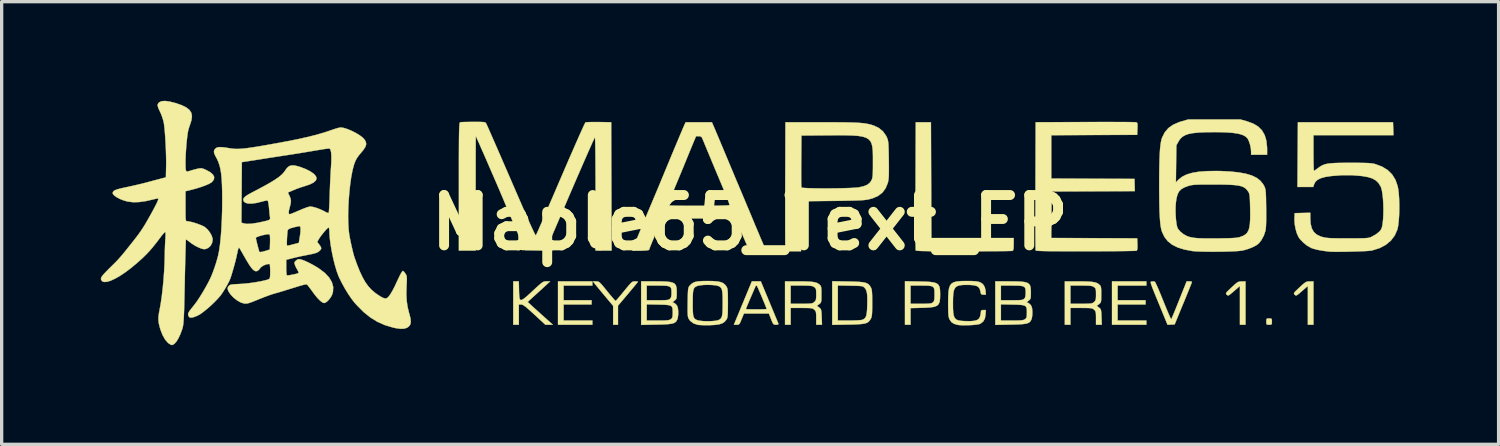
<source format=kicad_pcb>
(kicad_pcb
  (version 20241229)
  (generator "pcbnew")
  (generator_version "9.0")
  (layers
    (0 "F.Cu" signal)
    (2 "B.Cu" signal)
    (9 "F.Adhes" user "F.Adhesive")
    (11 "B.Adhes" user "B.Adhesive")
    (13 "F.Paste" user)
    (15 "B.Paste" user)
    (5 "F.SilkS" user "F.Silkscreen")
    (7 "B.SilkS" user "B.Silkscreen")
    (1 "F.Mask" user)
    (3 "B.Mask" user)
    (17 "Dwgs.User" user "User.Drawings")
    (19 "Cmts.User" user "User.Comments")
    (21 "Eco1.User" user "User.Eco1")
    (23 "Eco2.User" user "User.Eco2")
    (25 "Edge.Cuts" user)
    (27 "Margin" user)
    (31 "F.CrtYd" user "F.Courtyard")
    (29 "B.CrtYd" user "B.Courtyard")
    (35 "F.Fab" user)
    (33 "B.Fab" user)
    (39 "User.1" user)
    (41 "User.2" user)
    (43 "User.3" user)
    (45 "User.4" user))
  (footprint "Maple65_Text_FP"
    (layer "F.Cu")
    (at 19.641 3.686)
    (property "Reference" "Maple65_Text_FP" (at 0 0 0) (layer "F.SilkS") (effects (font (size 1.524 1.524) (thickness 0.3))))
    (attr through_hole)
    (fp_poly (pts (xy -4.766 1.905) (xy -5.636 1.905) (xy -5.636 2.349) (xy -4.79 2.349) (xy -4.79 2.477) (xy -5.636 2.477) (xy -5.636 2.963) (xy -4.766 2.963) (xy -4.766 3.09) (xy -5.806 3.09) (xy -5.806 1.778) (xy -4.766 1.778) (xy -4.766 1.905)) (stroke (width 0.01) (type solid)) (fill yes) (layer "F.SilkS"))
    (fp_poly (pts (xy 11.998 1.905) (xy 11.128 1.905) (xy 11.128 2.349) (xy 11.974 2.349) (xy 11.974 2.477) (xy 11.128 2.477) (xy 11.128 2.963) (xy 11.998 2.963) (xy 11.998 3.09) (xy 10.958 3.09) (xy 10.958 1.778) (xy 11.998 1.778) (xy 11.998 1.905)) (stroke (width 0.01) (type solid)) (fill yes) (layer "F.SilkS"))
    (fp_poly (pts (xy 15.764 2.902) (xy 15.788 2.916) (xy 15.796 2.953) (xy 15.796 2.995) (xy 15.795 3.054) (xy 15.782 3.081) (xy 15.749 3.09) (xy 15.712 3.09) (xy 15.66 3.088) (xy 15.635 3.075) (xy 15.628 3.037) (xy 15.627 2.995) (xy 15.629 2.937) (xy 15.641 2.909) (xy 15.674 2.9) (xy 15.712 2.9) (xy 15.764 2.902)) (stroke (width 0.01) (type solid)) (fill yes) (layer "F.SilkS"))
    (fp_poly (pts (xy 14.998 3.09) (xy 14.829 3.09) (xy 14.829 1.917) (xy 14.652 2.07) (xy 14.572 2.139) (xy 14.519 2.182) (xy 14.485 2.202) (xy 14.462 2.204) (xy 14.442 2.192) (xy 14.431 2.181) (xy 14.413 2.162) (xy 14.408 2.143) (xy 14.419 2.117) (xy 14.452 2.079) (xy 14.511 2.023) (xy 14.577 1.96) (xy 14.66 1.884) (xy 14.719 1.833) (xy 14.764 1.802) (xy 14.803 1.787) (xy 14.846 1.781) (xy 14.883 1.78) (xy 14.998 1.778) (xy 14.998 3.09)) (stroke (width 0.01) (type solid)) (fill yes) (layer "F.SilkS"))
    (fp_poly (pts (xy 17.054 3.09) (xy 16.885 3.09) (xy 16.885 1.917) (xy 16.708 2.07) (xy 16.629 2.139) (xy 16.575 2.182) (xy 16.541 2.202) (xy 16.518 2.204) (xy 16.498 2.192) (xy 16.487 2.181) (xy 16.469 2.162) (xy 16.464 2.143) (xy 16.475 2.117) (xy 16.508 2.079) (xy 16.567 2.023) (xy 16.633 1.96) (xy 16.716 1.884) (xy 16.776 1.833) (xy 16.82 1.802) (xy 16.859 1.787) (xy 16.902 1.781) (xy 16.939 1.78) (xy 17.054 1.778) (xy 17.054 3.09)) (stroke (width 0.01) (type solid)) (fill yes) (layer "F.SilkS"))
    (fp_poly (pts (xy -6.986 2.058) (xy -6.982 2.177) (xy -6.975 2.264) (xy -6.961 2.32) (xy -6.935 2.344) (xy -6.894 2.337) (xy -6.834 2.299) (xy -6.751 2.231) (xy -6.64 2.131) (xy -6.569 2.065) (xy -6.461 1.964) (xy -6.379 1.891) (xy -6.319 1.839) (xy -6.274 1.807) (xy -6.238 1.788) (xy -6.205 1.78) (xy -6.17 1.778) (xy -6.152 1.778) (xy -6.044 1.778) (xy -6.384 2.09) (xy -6.725 2.401) (xy -6.586 2.529) (xy -6.515 2.594) (xy -6.422 2.678) (xy -6.318 2.772) (xy -6.215 2.864) (xy -6.205 2.873) (xy -5.964 3.09) (xy -6.188 3.09) (xy -6.52 2.783) (xy -6.637 2.676) (xy -6.727 2.596) (xy -6.795 2.54) (xy -6.846 2.504) (xy -6.883 2.484) (xy -6.914 2.477) (xy -6.921 2.477) (xy -6.991 2.477) (xy -6.991 3.09) (xy -7.16 3.09) (xy -7.16 1.778) (xy -6.992 1.778) (xy -6.986 2.058)) (stroke (width 0.01) (type solid)) (fill yes) (layer "F.SilkS"))
    (fp_poly (pts (xy 5.492 0.466) (xy 7.983 0.466) (xy 7.983 0.654) (xy 7.981 0.748) (xy 7.975 0.807) (xy 7.964 0.84) (xy 7.945 0.855) (xy 7.945 0.855) (xy 7.914 0.857) (xy 7.839 0.859) (xy 7.725 0.862) (xy 7.576 0.863) (xy 7.395 0.865) (xy 7.188 0.866) (xy 6.958 0.867) (xy 6.711 0.868) (xy 6.468 0.868) (xy 6.155 0.868) (xy 5.888 0.867) (xy 5.663 0.866) (xy 5.477 0.865) (xy 5.328 0.862) (xy 5.211 0.86) (xy 5.125 0.856) (xy 5.067 0.852) (xy 5.032 0.847) (xy 5.019 0.842) (xy 5.019 0.841) (xy 5.017 0.817) (xy 5.016 0.753) (xy 5.014 0.653) (xy 5.013 0.519) (xy 5.013 0.356) (xy 5.012 0.165) (xy 5.012 -0.05) (xy 5.012 -0.287) (xy 5.012 -0.541) (xy 5.012 -0.811) (xy 5.013 -1.092) (xy 5.013 -1.111) (xy 5.02 -3.037) (xy 5.479 -3.037) (xy 5.492 0.466)) (stroke (width 0.01) (type solid)) (fill yes) (layer "F.SilkS"))
    (fp_poly (pts (xy -4.653 1.778) (xy -4.619 1.78) (xy -4.589 1.786) (xy -4.559 1.802) (xy -4.524 1.833) (xy -4.477 1.884) (xy -4.414 1.959) (xy -4.329 2.064) (xy -4.32 2.075) (xy -4.241 2.172) (xy -4.17 2.255) (xy -4.114 2.32) (xy -4.077 2.36) (xy -4.064 2.371) (xy -4.045 2.354) (xy -4.004 2.309) (xy -3.945 2.24) (xy -3.872 2.153) (xy -3.808 2.075) (xy -3.72 1.967) (xy -3.655 1.89) (xy -3.607 1.837) (xy -3.571 1.804) (xy -3.541 1.787) (xy -3.512 1.78) (xy -3.478 1.778) (xy -3.477 1.778) (xy -3.419 1.781) (xy -3.388 1.787) (xy -3.387 1.788) (xy -3.4 1.808) (xy -3.439 1.856) (xy -3.498 1.928) (xy -3.573 2.018) (xy -3.66 2.122) (xy -3.689 2.157) (xy -3.991 2.514) (xy -3.991 3.09) (xy -4.137 3.09) (xy -4.137 2.519) (xy -4.4 2.205) (xy -4.487 2.101) (xy -4.566 2.005) (xy -4.633 1.923) (xy -4.682 1.864) (xy -4.705 1.834) (xy -4.747 1.778) (xy -4.653 1.778)) (stroke (width 0.01) (type solid)) (fill yes) (layer "F.SilkS"))
    (fp_poly (pts (xy 5.122 1.782) (xy 5.314 1.787) (xy 5.463 1.796) (xy 5.574 1.812) (xy 5.653 1.84) (xy 5.705 1.882) (xy 5.737 1.942) (xy 5.752 2.023) (xy 5.757 2.129) (xy 5.757 2.18) (xy 5.754 2.304) (xy 5.741 2.399) (xy 5.711 2.468) (xy 5.66 2.516) (xy 5.582 2.547) (xy 5.47 2.565) (xy 5.319 2.575) (xy 5.207 2.578) (xy 4.862 2.587) (xy 4.862 3.09) (xy 4.693 3.09) (xy 4.693 1.905) (xy 4.862 1.905) (xy 4.862 2.455) (xy 5.177 2.455) (xy 5.308 2.455) (xy 5.399 2.452) (xy 5.46 2.447) (xy 5.5 2.437) (xy 5.527 2.423) (xy 5.54 2.413) (xy 5.563 2.387) (xy 5.577 2.352) (xy 5.585 2.298) (xy 5.588 2.216) (xy 5.588 2.171) (xy 5.587 2.075) (xy 5.579 2.005) (xy 5.557 1.958) (xy 5.515 1.928) (xy 5.446 1.912) (xy 5.343 1.906) (xy 5.2 1.905) (xy 5.171 1.905) (xy 4.862 1.905) (xy 4.693 1.905) (xy 4.693 1.774) (xy 5.122 1.782)) (stroke (width 0.01) (type solid)) (fill yes) (layer "F.SilkS"))
    (fp_poly (pts (xy 13.351 1.782) (xy 13.377 1.793) (xy 13.377 1.795) (xy 13.369 1.818) (xy 13.347 1.876) (xy 13.312 1.964) (xy 13.266 2.078) (xy 13.212 2.211) (xy 13.151 2.36) (xy 13.115 2.445) (xy 12.854 3.08) (xy 12.746 3.086) (xy 12.639 3.092) (xy 12.371 2.44) (xy 12.297 2.262) (xy 12.239 2.12) (xy 12.195 2.009) (xy 12.163 1.926) (xy 12.143 1.867) (xy 12.132 1.827) (xy 12.13 1.803) (xy 12.136 1.79) (xy 12.147 1.784) (xy 12.161 1.782) (xy 12.219 1.78) (xy 12.25 1.785) (xy 12.266 1.807) (xy 12.294 1.864) (xy 12.334 1.95) (xy 12.382 2.061) (xy 12.437 2.192) (xy 12.496 2.338) (xy 12.508 2.368) (xy 12.567 2.514) (xy 12.621 2.645) (xy 12.668 2.756) (xy 12.707 2.844) (xy 12.735 2.901) (xy 12.749 2.925) (xy 12.751 2.925) (xy 12.762 2.902) (xy 12.787 2.844) (xy 12.824 2.757) (xy 12.87 2.645) (xy 12.923 2.514) (xy 12.981 2.369) (xy 12.991 2.344) (xy 13.217 1.778) (xy 13.297 1.778) (xy 13.351 1.782)) (stroke (width 0.01) (type solid)) (fill yes) (layer "F.SilkS"))
    (fp_poly (pts (xy 2.957 1.782) (xy 3.147 1.786) (xy 3.295 1.793) (xy 3.407 1.803) (xy 3.491 1.819) (xy 3.551 1.841) (xy 3.596 1.872) (xy 3.631 1.912) (xy 3.651 1.945) (xy 3.669 1.978) (xy 3.682 2.015) (xy 3.691 2.061) (xy 3.696 2.123) (xy 3.7 2.209) (xy 3.701 2.325) (xy 3.701 2.434) (xy 3.701 2.577) (xy 3.699 2.685) (xy 3.695 2.764) (xy 3.689 2.821) (xy 3.679 2.864) (xy 3.665 2.899) (xy 3.651 2.923) (xy 3.619 2.971) (xy 3.582 3.008) (xy 3.533 3.036) (xy 3.465 3.056) (xy 3.373 3.069) (xy 3.249 3.078) (xy 3.088 3.084) (xy 2.957 3.086) (xy 2.492 3.094) (xy 2.492 2.963) (xy 2.661 2.963) (xy 2.998 2.963) (xy 3.126 2.962) (xy 3.241 2.958) (xy 3.332 2.952) (xy 3.389 2.945) (xy 3.396 2.943) (xy 3.449 2.919) (xy 3.489 2.884) (xy 3.517 2.832) (xy 3.535 2.756) (xy 3.546 2.65) (xy 3.552 2.512) (xy 3.555 2.353) (xy 3.552 2.229) (xy 3.544 2.136) (xy 3.527 2.065) (xy 3.503 2.013) (xy 3.472 1.973) (xy 3.449 1.952) (xy 3.426 1.936) (xy 3.393 1.925) (xy 3.343 1.918) (xy 3.268 1.914) (xy 3.16 1.911) (xy 3.038 1.909) (xy 2.661 1.902) (xy 2.661 2.963) (xy 2.492 2.963) (xy 2.492 1.774) (xy 2.957 1.782)) (stroke (width 0.01) (type solid)) (fill yes) (layer "F.SilkS"))
    (fp_poly (pts (xy 11.099 -3.044) (xy 11.285 -3.044) (xy 11.44 -3.043) (xy 11.56 -3.041) (xy 11.641 -3.039) (xy 11.678 -3.038) (xy 11.679 -3.037) (xy 11.705 -3.029) (xy 11.721 -3.014) (xy 11.729 -2.981) (xy 11.73 -2.923) (xy 11.727 -2.841) (xy 11.72 -2.656) (xy 10.42 -2.651) (xy 9.12 -2.645) (xy 9.12 -1.334) (xy 10.379 -1.328) (xy 11.639 -1.323) (xy 11.643 -1.138) (xy 11.648 -0.953) (xy 10.39 -0.947) (xy 9.132 -0.942) (xy 9.126 -0.238) (xy 9.119 0.465) (xy 11.72 0.476) (xy 11.727 0.654) (xy 11.729 0.753) (xy 11.722 0.815) (xy 11.708 0.846) (xy 11.703 0.85) (xy 11.674 0.853) (xy 11.601 0.856) (xy 11.488 0.858) (xy 11.339 0.861) (xy 11.158 0.863) (xy 10.95 0.865) (xy 10.719 0.866) (xy 10.47 0.867) (xy 10.205 0.867) (xy 10.165 0.868) (xy 9.845 0.867) (xy 9.57 0.867) (xy 9.337 0.866) (xy 9.144 0.865) (xy 8.987 0.863) (xy 8.864 0.86) (xy 8.772 0.857) (xy 8.707 0.853) (xy 8.667 0.849) (xy 8.649 0.843) (xy 8.647 0.841) (xy 8.646 0.817) (xy 8.644 0.753) (xy 8.643 0.653) (xy 8.642 0.519) (xy 8.641 0.356) (xy 8.641 0.165) (xy 8.64 -0.05) (xy 8.64 -0.287) (xy 8.641 -0.541) (xy 8.641 -0.811) (xy 8.642 -1.092) (xy 8.642 -1.111) (xy 8.648 -3.037) (xy 10.136 -3.043) (xy 10.401 -3.044) (xy 10.653 -3.045) (xy 10.887 -3.045) (xy 11.099 -3.044)) (stroke (width 0.01) (type solid)) (fill yes) (layer "F.SilkS"))
    (fp_poly (pts (xy 0.593 2.408) (xy 0.657 2.563) (xy 0.717 2.706) (xy 0.769 2.832) (xy 0.812 2.935) (xy 0.844 3.011) (xy 0.862 3.055) (xy 0.865 3.064) (xy 0.854 3.083) (xy 0.797 3.09) (xy 0.793 3.09) (xy 0.752 3.089) (xy 0.724 3.079) (xy 0.7 3.052) (xy 0.675 3.002) (xy 0.643 2.921) (xy 0.575 2.752) (xy 0.197 2.752) (xy -0.181 2.752) (xy -0.25 2.921) (xy -0.284 3.003) (xy -0.309 3.053) (xy -0.332 3.079) (xy -0.361 3.089) (xy -0.401 3.09) (xy -0.483 3.09) (xy -0.398 2.884) (xy -0.363 2.801) (xy -0.316 2.687) (xy -0.287 2.618) (xy -0.121 2.618) (xy -0.098 2.62) (xy -0.036 2.622) (xy 0.056 2.624) (xy 0.17 2.625) (xy 0.194 2.625) (xy 0.311 2.624) (xy 0.408 2.622) (xy 0.476 2.619) (xy 0.507 2.616) (xy 0.508 2.615) (xy 0.5 2.589) (xy 0.478 2.532) (xy 0.446 2.451) (xy 0.406 2.356) (xy 0.363 2.253) (xy 0.32 2.151) (xy 0.28 2.059) (xy 0.247 1.983) (xy 0.224 1.933) (xy 0.214 1.917) (xy 0.188 1.906) (xy 0.182 1.908) (xy 0.171 1.93) (xy 0.146 1.983) (xy 0.112 2.061) (xy 0.072 2.155) (xy 0.028 2.257) (xy -0.016 2.359) (xy -0.056 2.454) (xy -0.089 2.534) (xy -0.112 2.591) (xy -0.121 2.617) (xy -0.121 2.618) (xy -0.287 2.618) (xy -0.261 2.553) (xy -0.2 2.408) (xy -0.14 2.261) (xy -0.126 2.228) (xy 0.06 1.778) (xy 0.331 1.778) (xy 0.593 2.408)) (stroke (width 0.01) (type solid)) (fill yes) (layer "F.SilkS"))
    (fp_poly (pts (xy 1.457 1.779) (xy 1.641 1.78) (xy 1.784 1.785) (xy 1.893 1.794) (xy 1.974 1.808) (xy 2.034 1.828) (xy 2.082 1.856) (xy 2.102 1.872) (xy 2.129 1.898) (xy 2.147 1.925) (xy 2.158 1.962) (xy 2.163 2.017) (xy 2.165 2.101) (xy 2.165 2.172) (xy 2.165 2.277) (xy 2.162 2.348) (xy 2.155 2.395) (xy 2.143 2.425) (xy 2.122 2.448) (xy 2.097 2.468) (xy 2.029 2.519) (xy 2.097 2.57) (xy 2.126 2.594) (xy 2.146 2.62) (xy 2.158 2.656) (xy 2.166 2.711) (xy 2.171 2.796) (xy 2.173 2.855) (xy 2.182 3.09) (xy 2.008 3.09) (xy 2.008 2.888) (xy 2.007 2.793) (xy 2.002 2.729) (xy 1.992 2.688) (xy 1.973 2.658) (xy 1.948 2.634) (xy 1.922 2.613) (xy 1.894 2.599) (xy 1.855 2.59) (xy 1.795 2.585) (xy 1.706 2.583) (xy 1.579 2.582) (xy 1.561 2.582) (xy 1.234 2.582) (xy 1.234 3.09) (xy 1.064 3.09) (xy 1.064 1.905) (xy 1.234 1.905) (xy 1.234 2.455) (xy 1.561 2.455) (xy 1.694 2.455) (xy 1.786 2.453) (xy 1.849 2.448) (xy 1.89 2.44) (xy 1.919 2.426) (xy 1.945 2.406) (xy 1.948 2.403) (xy 1.978 2.374) (xy 1.996 2.34) (xy 2.005 2.292) (xy 2.008 2.218) (xy 2.008 2.172) (xy 2.007 2.084) (xy 2.002 2.027) (xy 1.989 1.991) (xy 1.967 1.966) (xy 1.944 1.949) (xy 1.913 1.931) (xy 1.877 1.919) (xy 1.825 1.911) (xy 1.75 1.907) (xy 1.64 1.905) (xy 1.557 1.905) (xy 1.234 1.905) (xy 1.064 1.905) (xy 1.064 1.778) (xy 1.457 1.779)) (stroke (width 0.01) (type solid)) (fill yes) (layer "F.SilkS"))
    (fp_poly (pts (xy 9.924 1.779) (xy 10.108 1.78) (xy 10.251 1.785) (xy 10.359 1.794) (xy 10.44 1.808) (xy 10.501 1.828) (xy 10.549 1.856) (xy 10.569 1.872) (xy 10.596 1.898) (xy 10.614 1.925) (xy 10.624 1.962) (xy 10.63 2.017) (xy 10.632 2.101) (xy 10.632 2.172) (xy 10.631 2.277) (xy 10.629 2.348) (xy 10.622 2.395) (xy 10.609 2.425) (xy 10.588 2.448) (xy 10.564 2.468) (xy 10.496 2.519) (xy 10.563 2.57) (xy 10.593 2.594) (xy 10.613 2.62) (xy 10.625 2.656) (xy 10.633 2.711) (xy 10.638 2.796) (xy 10.64 2.855) (xy 10.649 3.09) (xy 10.474 3.09) (xy 10.474 2.888) (xy 10.473 2.793) (xy 10.469 2.729) (xy 10.458 2.688) (xy 10.44 2.658) (xy 10.415 2.634) (xy 10.389 2.613) (xy 10.361 2.599) (xy 10.321 2.59) (xy 10.262 2.585) (xy 10.173 2.583) (xy 10.045 2.582) (xy 10.028 2.582) (xy 9.7 2.582) (xy 9.7 3.09) (xy 9.531 3.09) (xy 9.531 1.905) (xy 9.7 1.905) (xy 9.7 2.455) (xy 10.028 2.455) (xy 10.16 2.455) (xy 10.253 2.453) (xy 10.316 2.448) (xy 10.357 2.44) (xy 10.386 2.426) (xy 10.412 2.406) (xy 10.415 2.403) (xy 10.444 2.374) (xy 10.462 2.34) (xy 10.471 2.292) (xy 10.474 2.218) (xy 10.474 2.172) (xy 10.473 2.084) (xy 10.468 2.027) (xy 10.456 1.991) (xy 10.434 1.966) (xy 10.411 1.949) (xy 10.38 1.931) (xy 10.344 1.919) (xy 10.292 1.911) (xy 10.216 1.907) (xy 10.107 1.905) (xy 10.024 1.905) (xy 9.7 1.905) (xy 9.531 1.905) (xy 9.531 1.778) (xy 9.924 1.779)) (stroke (width 0.01) (type solid)) (fill yes) (layer "F.SilkS"))
    (fp_poly (pts (xy -2.885 1.778) (xy -2.687 1.779) (xy -2.532 1.785) (xy -2.415 1.797) (xy -2.331 1.818) (xy -2.274 1.852) (xy -2.239 1.9) (xy -2.221 1.965) (xy -2.214 2.05) (xy -2.213 2.11) (xy -2.214 2.204) (xy -2.218 2.266) (xy -2.228 2.306) (xy -2.247 2.333) (xy -2.276 2.358) (xy -2.278 2.359) (xy -2.342 2.408) (xy -2.285 2.434) (xy -2.236 2.473) (xy -2.197 2.527) (xy -2.177 2.598) (xy -2.168 2.693) (xy -2.17 2.795) (xy -2.183 2.887) (xy -2.2 2.939) (xy -2.225 2.983) (xy -2.258 3.017) (xy -2.306 3.042) (xy -2.374 3.06) (xy -2.469 3.072) (xy -2.598 3.08) (xy -2.767 3.085) (xy -2.836 3.086) (xy -3.29 3.095) (xy -3.29 2.963) (xy -3.121 2.963) (xy -2.785 2.963) (xy -2.647 2.963) (xy -2.55 2.96) (xy -2.483 2.955) (xy -2.438 2.946) (xy -2.406 2.932) (xy -2.391 2.923) (xy -2.362 2.897) (xy -2.345 2.865) (xy -2.337 2.815) (xy -2.334 2.736) (xy -2.334 2.723) (xy -2.336 2.64) (xy -2.344 2.579) (xy -2.365 2.537) (xy -2.407 2.51) (xy -2.476 2.494) (xy -2.577 2.485) (xy -2.718 2.481) (xy -2.771 2.48) (xy -3.121 2.473) (xy -3.121 2.963) (xy -3.29 2.963) (xy -3.29 1.905) (xy -3.121 1.905) (xy -3.121 2.349) (xy -2.794 2.349) (xy -2.66 2.349) (xy -2.566 2.347) (xy -2.503 2.342) (xy -2.462 2.333) (xy -2.434 2.319) (xy -2.419 2.307) (xy -2.392 2.275) (xy -2.377 2.229) (xy -2.371 2.158) (xy -2.371 2.118) (xy -2.373 2.042) (xy -2.383 1.986) (xy -2.409 1.948) (xy -2.456 1.924) (xy -2.532 1.911) (xy -2.642 1.906) (xy -2.795 1.905) (xy -3.121 1.905) (xy -3.29 1.905) (xy -3.29 1.778) (xy -2.885 1.778)) (stroke (width 0.01) (type solid)) (fill yes) (layer "F.SilkS"))
    (fp_poly (pts (xy 7.832 1.778) (xy 8.029 1.779) (xy 8.184 1.785) (xy 8.301 1.797) (xy 8.385 1.818) (xy 8.442 1.852) (xy 8.477 1.9) (xy 8.495 1.965) (xy 8.502 2.05) (xy 8.503 2.11) (xy 8.502 2.204) (xy 8.498 2.266) (xy 8.488 2.306) (xy 8.47 2.333) (xy 8.44 2.358) (xy 8.439 2.359) (xy 8.374 2.408) (xy 8.431 2.434) (xy 8.48 2.473) (xy 8.52 2.527) (xy 8.54 2.598) (xy 8.548 2.693) (xy 8.546 2.795) (xy 8.533 2.887) (xy 8.516 2.939) (xy 8.491 2.983) (xy 8.458 3.017) (xy 8.41 3.042) (xy 8.342 3.06) (xy 8.247 3.072) (xy 8.118 3.08) (xy 7.95 3.085) (xy 7.88 3.086) (xy 7.426 3.095) (xy 7.426 2.963) (xy 7.596 2.963) (xy 7.932 2.963) (xy 8.069 2.963) (xy 8.167 2.96) (xy 8.234 2.955) (xy 8.278 2.946) (xy 8.31 2.932) (xy 8.325 2.923) (xy 8.355 2.897) (xy 8.372 2.865) (xy 8.38 2.815) (xy 8.382 2.736) (xy 8.382 2.723) (xy 8.381 2.64) (xy 8.373 2.579) (xy 8.351 2.537) (xy 8.309 2.51) (xy 8.241 2.494) (xy 8.139 2.485) (xy 7.998 2.481) (xy 7.946 2.48) (xy 7.596 2.473) (xy 7.596 2.963) (xy 7.426 2.963) (xy 7.426 1.905) (xy 7.596 1.905) (xy 7.596 2.349) (xy 7.922 2.349) (xy 8.056 2.349) (xy 8.15 2.347) (xy 8.213 2.342) (xy 8.254 2.333) (xy 8.282 2.319) (xy 8.297 2.307) (xy 8.324 2.275) (xy 8.339 2.229) (xy 8.345 2.158) (xy 8.346 2.118) (xy 8.344 2.042) (xy 8.333 1.986) (xy 8.308 1.948) (xy 8.26 1.924) (xy 8.185 1.911) (xy 8.074 1.906) (xy 7.922 1.905) (xy 7.596 1.905) (xy 7.426 1.905) (xy 7.426 1.778) (xy 7.832 1.778)) (stroke (width 0.01) (type solid)) (fill yes) (layer "F.SilkS"))
    (fp_poly (pts (xy 6.723 1.769) (xy 6.838 1.776) (xy 6.923 1.791) (xy 6.986 1.815) (xy 7.035 1.85) (xy 7.071 1.888) (xy 7.107 1.954) (xy 7.129 2.045) (xy 7.131 2.063) (xy 7.142 2.18) (xy 7.068 2.18) (xy 7.021 2.176) (xy 6.996 2.157) (xy 6.982 2.111) (xy 6.979 2.09) (xy 6.957 2.01) (xy 6.92 1.953) (xy 6.86 1.916) (xy 6.771 1.894) (xy 6.645 1.885) (xy 6.56 1.884) (xy 6.434 1.887) (xy 6.336 1.9) (xy 6.262 1.927) (xy 6.211 1.973) (xy 6.176 2.043) (xy 6.156 2.141) (xy 6.147 2.273) (xy 6.145 2.434) (xy 6.146 2.599) (xy 6.154 2.726) (xy 6.171 2.821) (xy 6.2 2.888) (xy 6.246 2.933) (xy 6.312 2.96) (xy 6.401 2.974) (xy 6.516 2.981) (xy 6.53 2.981) (xy 6.684 2.982) (xy 6.798 2.971) (xy 6.878 2.947) (xy 6.931 2.908) (xy 6.962 2.852) (xy 6.965 2.843) (xy 6.982 2.774) (xy 6.991 2.711) (xy 6.991 2.704) (xy 6.997 2.663) (xy 7.027 2.648) (xy 7.066 2.646) (xy 7.142 2.646) (xy 7.132 2.783) (xy 7.111 2.902) (xy 7.064 2.988) (xy 6.989 3.05) (xy 6.953 3.068) (xy 6.897 3.081) (xy 6.805 3.093) (xy 6.692 3.101) (xy 6.57 3.105) (xy 6.451 3.106) (xy 6.35 3.102) (xy 6.279 3.093) (xy 6.277 3.093) (xy 6.171 3.059) (xy 6.099 3.01) (xy 6.046 2.936) (xy 6.046 2.935) (xy 6.03 2.899) (xy 6.018 2.858) (xy 6.01 2.806) (xy 6.004 2.734) (xy 6.002 2.637) (xy 6 2.508) (xy 6 2.434) (xy 6.002 2.249) (xy 6.01 2.101) (xy 6.027 1.987) (xy 6.058 1.902) (xy 6.105 1.843) (xy 6.173 1.804) (xy 6.266 1.781) (xy 6.387 1.77) (xy 6.539 1.767) (xy 6.568 1.767) (xy 6.723 1.769)) (stroke (width 0.01) (type solid)) (fill yes) (layer "F.SilkS"))
    (fp_poly (pts (xy -1.111 1.77) (xy -0.979 1.781) (xy -0.881 1.801) (xy -0.808 1.832) (xy -0.752 1.878) (xy -0.714 1.926) (xy -0.698 1.954) (xy -0.685 1.986) (xy -0.676 2.028) (xy -0.671 2.085) (xy -0.667 2.165) (xy -0.666 2.275) (xy -0.665 2.419) (xy -0.665 2.434) (xy -0.666 2.582) (xy -0.667 2.694) (xy -0.67 2.777) (xy -0.676 2.836) (xy -0.684 2.879) (xy -0.696 2.911) (xy -0.713 2.94) (xy -0.714 2.942) (xy -0.768 3.004) (xy -0.838 3.049) (xy -0.934 3.079) (xy -1.062 3.096) (xy -1.221 3.104) (xy -1.341 3.105) (xy -1.452 3.102) (xy -1.54 3.097) (xy -1.58 3.092) (xy -1.707 3.049) (xy -1.806 2.973) (xy -1.845 2.919) (xy -1.86 2.89) (xy -1.871 2.855) (xy -1.878 2.808) (xy -1.882 2.743) (xy -1.884 2.652) (xy -1.883 2.531) (xy -1.882 2.434) (xy -1.73 2.434) (xy -1.729 2.587) (xy -1.725 2.704) (xy -1.718 2.79) (xy -1.704 2.851) (xy -1.683 2.893) (xy -1.653 2.922) (xy -1.612 2.944) (xy -1.589 2.954) (xy -1.515 2.97) (xy -1.41 2.981) (xy -1.289 2.984) (xy -1.165 2.982) (xy -1.055 2.973) (xy -0.973 2.958) (xy -0.956 2.952) (xy -0.912 2.93) (xy -0.879 2.903) (xy -0.855 2.864) (xy -0.839 2.808) (xy -0.829 2.729) (xy -0.824 2.621) (xy -0.823 2.477) (xy -0.822 2.434) (xy -0.823 2.281) (xy -0.827 2.164) (xy -0.836 2.078) (xy -0.85 2.017) (xy -0.872 1.974) (xy -0.903 1.945) (xy -0.944 1.922) (xy -0.956 1.917) (xy -1.028 1.899) (xy -1.133 1.888) (xy -1.255 1.883) (xy -1.379 1.885) (xy -1.49 1.895) (xy -1.573 1.91) (xy -1.583 1.914) (xy -1.631 1.934) (xy -1.667 1.958) (xy -1.693 1.993) (xy -1.711 2.043) (xy -1.722 2.116) (xy -1.727 2.215) (xy -1.729 2.349) (xy -1.73 2.434) (xy -1.882 2.434) (xy -1.881 2.409) (xy -1.879 2.261) (xy -1.876 2.149) (xy -1.872 2.068) (xy -1.866 2.01) (xy -1.857 1.969) (xy -1.845 1.941) (xy -1.829 1.918) (xy -1.824 1.912) (xy -1.771 1.858) (xy -1.715 1.819) (xy -1.645 1.792) (xy -1.554 1.777) (xy -1.432 1.769) (xy -1.282 1.767) (xy -1.111 1.77)) (stroke (width 0.01) (type solid)) (fill yes) (layer "F.SilkS"))
    (fp_poly (pts (xy 2.165 -3.037) (xy 2.453 -3.036) (xy 2.698 -3.035) (xy 2.904 -3.033) (xy 3.077 -3.029) (xy 3.22 -3.024) (xy 3.339 -3.016) (xy 3.439 -3.007) (xy 3.524 -2.994) (xy 3.6 -2.979) (xy 3.671 -2.961) (xy 3.742 -2.939) (xy 3.743 -2.939) (xy 3.899 -2.866) (xy 4.027 -2.761) (xy 4.123 -2.625) (xy 4.139 -2.593) (xy 4.156 -2.553) (xy 4.17 -2.514) (xy 4.18 -2.471) (xy 4.188 -2.417) (xy 4.193 -2.348) (xy 4.197 -2.256) (xy 4.2 -2.136) (xy 4.203 -1.983) (xy 4.204 -1.9) (xy 4.206 -1.719) (xy 4.206 -1.575) (xy 4.205 -1.461) (xy 4.201 -1.373) (xy 4.194 -1.303) (xy 4.185 -1.247) (xy 4.174 -1.201) (xy 4.108 -1.041) (xy 4.014 -0.912) (xy 3.887 -0.812) (xy 3.723 -0.739) (xy 3.613 -0.708) (xy 3.565 -0.697) (xy 3.511 -0.689) (xy 3.447 -0.682) (xy 3.367 -0.676) (xy 3.265 -0.671) (xy 3.137 -0.667) (xy 2.977 -0.664) (xy 2.78 -0.66) (xy 2.541 -0.657) (xy 2.504 -0.657) (xy 1.56 -0.646) (xy 1.548 0.868) (xy 1.317 0.868) (xy 1.196 0.866) (xy 1.118 0.859) (xy 1.08 0.847) (xy 1.076 0.841) (xy 1.074 0.817) (xy 1.072 0.753) (xy 1.071 0.653) (xy 1.07 0.519) (xy 1.07 0.356) (xy 1.069 0.165) (xy 1.069 -0.05) (xy 1.069 -0.287) (xy 1.069 -0.541) (xy 1.069 -0.811) (xy 1.07 -1.092) (xy 1.07 -1.111) (xy 1.072 -1.521) (xy 1.552 -1.521) (xy 1.553 -1.374) (xy 1.553 -1.25) (xy 1.555 -1.154) (xy 1.557 -1.09) (xy 1.559 -1.064) (xy 1.586 -1.055) (xy 1.655 -1.048) (xy 1.759 -1.043) (xy 1.891 -1.039) (xy 2.046 -1.036) (xy 2.215 -1.035) (xy 2.393 -1.035) (xy 2.573 -1.037) (xy 2.749 -1.039) (xy 2.913 -1.044) (xy 3.059 -1.049) (xy 3.181 -1.056) (xy 3.272 -1.064) (xy 3.301 -1.068) (xy 3.447 -1.101) (xy 3.555 -1.146) (xy 3.632 -1.208) (xy 3.679 -1.278) (xy 3.694 -1.311) (xy 3.705 -1.349) (xy 3.713 -1.399) (xy 3.719 -1.465) (xy 3.722 -1.555) (xy 3.724 -1.675) (xy 3.724 -1.83) (xy 3.724 -1.841) (xy 3.724 -2.014) (xy 3.72 -2.161) (xy 3.708 -2.282) (xy 3.686 -2.382) (xy 3.649 -2.462) (xy 3.593 -2.523) (xy 3.515 -2.57) (xy 3.411 -2.602) (xy 3.278 -2.624) (xy 3.111 -2.636) (xy 2.907 -2.642) (xy 2.662 -2.643) (xy 2.373 -2.641) (xy 2.365 -2.641) (xy 1.56 -2.635) (xy 1.554 -1.863) (xy 1.553 -1.685) (xy 1.552 -1.521) (xy 1.072 -1.521) (xy 1.076 -3.037) (xy 2.165 -3.037)) (stroke (width 0.01) (type solid)) (fill yes) (layer "F.SilkS"))
    (fp_poly (pts (xy 19.468 -2.842) (xy 19.475 -2.646) (xy 17.054 -2.646) (xy 17.054 -2.106) (xy 17.055 -1.96) (xy 17.056 -1.829) (xy 17.059 -1.718) (xy 17.062 -1.634) (xy 17.065 -1.582) (xy 17.069 -1.566) (xy 17.093 -1.579) (xy 17.142 -1.613) (xy 17.194 -1.651) (xy 17.255 -1.696) (xy 17.317 -1.731) (xy 17.384 -1.759) (xy 17.464 -1.779) (xy 17.563 -1.793) (xy 17.686 -1.802) (xy 17.842 -1.807) (xy 18.035 -1.809) (xy 18.179 -1.809) (xy 18.375 -1.809) (xy 18.53 -1.807) (xy 18.65 -1.804) (xy 18.742 -1.8) (xy 18.813 -1.793) (xy 18.87 -1.784) (xy 18.919 -1.772) (xy 19.126 -1.696) (xy 19.297 -1.592) (xy 19.433 -1.459) (xy 19.534 -1.296) (xy 19.601 -1.104) (xy 19.618 -1.021) (xy 19.635 -0.884) (xy 19.646 -0.724) (xy 19.651 -0.55) (xy 19.651 -0.373) (xy 19.645 -0.2) (xy 19.633 -0.04) (xy 19.617 0.096) (xy 19.595 0.201) (xy 19.592 0.212) (xy 19.513 0.391) (xy 19.396 0.545) (xy 19.243 0.672) (xy 19.056 0.771) (xy 18.836 0.84) (xy 18.808 0.846) (xy 18.752 0.853) (xy 18.657 0.86) (xy 18.532 0.866) (xy 18.385 0.871) (xy 18.226 0.876) (xy 18.063 0.88) (xy 17.906 0.882) (xy 17.763 0.883) (xy 17.644 0.882) (xy 17.557 0.879) (xy 17.526 0.877) (xy 17.326 0.85) (xy 17.168 0.821) (xy 17.045 0.788) (xy 16.989 0.768) (xy 16.872 0.704) (xy 16.756 0.613) (xy 16.655 0.51) (xy 16.6 0.432) (xy 16.551 0.322) (xy 16.512 0.187) (xy 16.486 0.042) (xy 16.478 -0.098) (xy 16.479 -0.127) (xy 16.486 -0.286) (xy 16.958 -0.298) (xy 16.958 -0.133) (xy 16.969 0.038) (xy 17.003 0.175) (xy 17.062 0.281) (xy 17.149 0.36) (xy 17.267 0.418) (xy 17.328 0.436) (xy 17.381 0.449) (xy 17.437 0.459) (xy 17.504 0.466) (xy 17.589 0.471) (xy 17.699 0.474) (xy 17.841 0.476) (xy 18.021 0.476) (xy 18.094 0.476) (xy 18.284 0.476) (xy 18.432 0.475) (xy 18.544 0.474) (xy 18.627 0.47) (xy 18.688 0.465) (xy 18.733 0.458) (xy 18.768 0.448) (xy 18.8 0.435) (xy 18.811 0.43) (xy 18.946 0.355) (xy 19.049 0.272) (xy 19.102 0.205) (xy 19.128 0.137) (xy 19.147 0.035) (xy 19.161 -0.094) (xy 19.169 -0.241) (xy 19.171 -0.398) (xy 19.168 -0.558) (xy 19.159 -0.713) (xy 19.144 -0.854) (xy 19.125 -0.974) (xy 19.099 -1.066) (xy 19.088 -1.091) (xy 19.023 -1.197) (xy 18.942 -1.276) (xy 18.837 -1.336) (xy 18.702 -1.378) (xy 18.526 -1.409) (xy 18.518 -1.41) (xy 18.225 -1.434) (xy 17.911 -1.434) (xy 17.599 -1.41) (xy 17.417 -1.383) (xy 17.279 -1.345) (xy 17.178 -1.295) (xy 17.11 -1.231) (xy 17.069 -1.148) (xy 17.065 -1.138) (xy 17.049 -1.079) (xy 16.57 -1.079) (xy 16.576 -2.058) (xy 16.583 -3.037) (xy 19.461 -3.037) (xy 19.468 -2.842)) (stroke (width 0.01) (type solid)) (fill yes) (layer "F.SilkS"))
    (fp_poly (pts (xy -1.085 -2.889) (xy -1.057 -2.825) (xy -1.017 -2.728) (xy -0.966 -2.609) (xy -0.91 -2.476) (xy -0.852 -2.336) (xy -0.835 -2.297) (xy -0.733 -2.053) (xy -0.645 -1.843) (xy -0.569 -1.662) (xy -0.503 -1.504) (xy -0.444 -1.363) (xy -0.39 -1.234) (xy -0.338 -1.112) (xy -0.287 -0.99) (xy -0.233 -0.863) (xy -0.218 -0.826) (xy -0.156 -0.68) (xy -0.093 -0.528) (xy -0.031 -0.382) (xy 0.023 -0.253) (xy 0.062 -0.159) (xy 0.11 -0.043) (xy 0.164 0.087) (xy 0.222 0.222) (xy 0.279 0.358) (xy 0.333 0.487) (xy 0.383 0.603) (xy 0.424 0.7) (xy 0.454 0.77) (xy 0.471 0.808) (xy 0.472 0.81) (xy 0.475 0.826) (xy 0.463 0.837) (xy 0.427 0.843) (xy 0.359 0.846) (xy 0.252 0.847) (xy 0.236 0.847) (xy -0.017 0.847) (xy -0.157 0.524) (xy -0.211 0.399) (xy -0.266 0.273) (xy -0.316 0.158) (xy -0.356 0.066) (xy -0.368 0.037) (xy -0.44 -0.127) (xy -2.657 -0.127) (xy -2.717 0.016) (xy -2.747 0.087) (xy -2.79 0.187) (xy -2.839 0.304) (xy -2.891 0.427) (xy -2.913 0.477) (xy -2.959 0.587) (xy -2.998 0.683) (xy -3.028 0.759) (xy -3.045 0.807) (xy -3.048 0.82) (xy -3.072 0.833) (xy -3.144 0.843) (xy -3.263 0.849) (xy -3.302 0.851) (xy -3.422 0.852) (xy -3.507 0.849) (xy -3.551 0.841) (xy -3.556 0.836) (xy -3.548 0.811) (xy -3.524 0.75) (xy -3.487 0.656) (xy -3.438 0.534) (xy -3.378 0.386) (xy -3.308 0.217) (xy -3.231 0.03) (xy -3.147 -0.171) (xy -3.059 -0.382) (xy -2.999 -0.525) (xy -2.476 -0.525) (xy -2.45 -0.52) (xy -2.381 -0.516) (xy -2.277 -0.513) (xy -2.144 -0.511) (xy -1.989 -0.509) (xy -1.817 -0.508) (xy -1.636 -0.508) (xy -1.452 -0.508) (xy -1.271 -0.509) (xy -1.1 -0.511) (xy -0.945 -0.513) (xy -0.813 -0.516) (xy -0.71 -0.52) (xy -0.643 -0.524) (xy -0.618 -0.528) (xy -0.621 -0.554) (xy -0.639 -0.612) (xy -0.669 -0.696) (xy -0.708 -0.798) (xy -0.739 -0.872) (xy -0.799 -1.016) (xy -0.867 -1.177) (xy -0.935 -1.339) (xy -0.995 -1.482) (xy -1.004 -1.503) (xy -1.064 -1.646) (xy -1.135 -1.816) (xy -1.211 -1.999) (xy -1.288 -2.184) (xy -1.36 -2.358) (xy -1.422 -2.508) (xy -1.435 -2.54) (xy -1.462 -2.59) (xy -1.497 -2.611) (xy -1.547 -2.614) (xy -1.629 -2.614) (xy -1.722 -2.392) (xy -1.772 -2.271) (xy -1.829 -2.133) (xy -1.884 -1.998) (xy -1.909 -1.937) (xy -2.014 -1.68) (xy -2.124 -1.414) (xy -2.243 -1.129) (xy -2.342 -0.89) (xy -2.389 -0.776) (xy -2.428 -0.676) (xy -2.457 -0.596) (xy -2.474 -0.543) (xy -2.476 -0.525) (xy -2.999 -0.525) (xy -2.988 -0.55) (xy -2.906 -0.746) (xy -2.837 -0.91) (xy -2.777 -1.052) (xy -2.724 -1.179) (xy -2.674 -1.301) (xy -2.622 -1.425) (xy -2.566 -1.561) (xy -2.529 -1.651) (xy -2.454 -1.831) (xy -2.378 -2.015) (xy -2.302 -2.197) (xy -2.229 -2.371) (xy -2.161 -2.533) (xy -2.1 -2.677) (xy -2.049 -2.797) (xy -2.01 -2.888) (xy -1.987 -2.942) (xy -1.944 -3.037) (xy -1.149 -3.037) (xy -1.085 -2.889)) (stroke (width 0.01) (type solid)) (fill yes) (layer "F.SilkS"))
    (fp_poly (pts (xy -8.229 -3.048) (xy -8.129 -3.046) (xy -8.063 -3.042) (xy -8.022 -3.035) (xy -7.998 -3.024) (xy -7.985 -3.009) (xy -7.984 -3.008) (xy -7.976 -2.991) (xy -7.959 -2.955) (xy -7.933 -2.899) (xy -7.898 -2.82) (xy -7.853 -2.717) (xy -7.797 -2.589) (xy -7.729 -2.434) (xy -7.649 -2.251) (xy -7.556 -2.038) (xy -7.45 -1.793) (xy -7.329 -1.515) (xy -7.193 -1.202) (xy -7.042 -0.853) (xy -6.874 -0.467) (xy -6.839 -0.386) (xy -6.764 -0.215) (xy -6.694 -0.057) (xy -6.631 0.084) (xy -6.576 0.202) (xy -6.532 0.295) (xy -6.5 0.357) (xy -6.483 0.385) (xy -6.481 0.386) (xy -6.476 0.382) (xy -6.471 0.374) (xy -6.463 0.361) (xy -6.453 0.339) (xy -6.438 0.308) (xy -6.418 0.264) (xy -6.391 0.205) (xy -6.358 0.128) (xy -6.315 0.032) (xy -6.264 -0.087) (xy -6.202 -0.231) (xy -6.128 -0.402) (xy -6.042 -0.602) (xy -5.941 -0.835) (xy -5.827 -1.102) (xy -5.696 -1.405) (xy -5.672 -1.46) (xy -5.567 -1.705) (xy -5.466 -1.939) (xy -5.37 -2.158) (xy -5.282 -2.359) (xy -5.202 -2.54) (xy -5.132 -2.697) (xy -5.073 -2.828) (xy -5.027 -2.929) (xy -4.994 -2.997) (xy -4.977 -3.03) (xy -4.975 -3.032) (xy -4.942 -3.037) (xy -4.87 -3.041) (xy -4.768 -3.043) (xy -4.644 -3.043) (xy -4.572 -3.043) (xy -4.197 -3.037) (xy -4.185 0.847) (xy -4.669 0.847) (xy -4.669 -0.868) (xy -4.669 -1.133) (xy -4.67 -1.386) (xy -4.671 -1.623) (xy -4.672 -1.841) (xy -4.674 -2.037) (xy -4.676 -2.208) (xy -4.678 -2.351) (xy -4.681 -2.462) (xy -4.684 -2.539) (xy -4.687 -2.578) (xy -4.688 -2.582) (xy -4.699 -2.563) (xy -4.726 -2.507) (xy -4.768 -2.417) (xy -4.822 -2.296) (xy -4.888 -2.146) (xy -4.965 -1.971) (xy -5.052 -1.774) (xy -5.146 -1.557) (xy -5.248 -1.323) (xy -5.355 -1.075) (xy -5.444 -0.868) (xy -6.181 0.847) (xy -6.492 0.841) (xy -6.803 0.836) (xy -7.043 0.275) (xy -7.107 0.125) (xy -7.168 -0.016) (xy -7.221 -0.141) (xy -7.266 -0.246) (xy -7.3 -0.324) (xy -7.319 -0.369) (xy -7.32 -0.37) (xy -7.349 -0.438) (xy -7.374 -0.498) (xy -7.378 -0.508) (xy -7.407 -0.579) (xy -7.449 -0.679) (xy -7.501 -0.802) (xy -7.562 -0.946) (xy -7.63 -1.104) (xy -7.703 -1.274) (xy -7.78 -1.45) (xy -7.857 -1.628) (xy -7.933 -1.804) (xy -8.007 -1.974) (xy -8.077 -2.133) (xy -8.14 -2.276) (xy -8.194 -2.4) (xy -8.239 -2.499) (xy -8.271 -2.57) (xy -8.289 -2.609) (xy -8.293 -2.615) (xy -8.294 -2.593) (xy -8.295 -2.532) (xy -8.296 -2.435) (xy -8.296 -2.305) (xy -8.297 -2.146) (xy -8.298 -1.96) (xy -8.298 -1.751) (xy -8.298 -1.521) (xy -8.298 -1.274) (xy -8.298 -1.013) (xy -8.298 -0.881) (xy -8.296 0.847) (xy -8.805 0.847) (xy -8.805 -1.088) (xy -8.805 -1.42) (xy -8.805 -1.712) (xy -8.805 -1.967) (xy -8.804 -2.187) (xy -8.803 -2.375) (xy -8.802 -2.533) (xy -8.8 -2.664) (xy -8.798 -2.77) (xy -8.795 -2.854) (xy -8.792 -2.919) (xy -8.788 -2.966) (xy -8.784 -2.999) (xy -8.779 -3.02) (xy -8.773 -3.031) (xy -8.767 -3.035) (xy -8.73 -3.04) (xy -8.655 -3.044) (xy -8.55 -3.046) (xy -8.426 -3.048) (xy -8.369 -3.048) (xy -8.229 -3.048)) (stroke (width 0.01) (type solid)) (fill yes) (layer "F.SilkS"))
    (fp_poly (pts (xy 15.051 -3.062) (xy 15.235 -2.994) (xy 15.383 -2.905) (xy 15.496 -2.791) (xy 15.577 -2.651) (xy 15.628 -2.482) (xy 15.65 -2.28) (xy 15.651 -2.217) (xy 15.651 -2.053) (xy 15.167 -2.053) (xy 15.167 -2.155) (xy 15.159 -2.251) (xy 15.136 -2.358) (xy 15.103 -2.459) (xy 15.065 -2.537) (xy 15.055 -2.552) (xy 14.996 -2.608) (xy 14.909 -2.653) (xy 14.79 -2.688) (xy 14.636 -2.713) (xy 14.443 -2.729) (xy 14.208 -2.737) (xy 14.043 -2.738) (xy 13.795 -2.735) (xy 13.59 -2.726) (xy 13.423 -2.71) (xy 13.289 -2.686) (xy 13.183 -2.651) (xy 13.1 -2.606) (xy 13.035 -2.548) (xy 12.983 -2.477) (xy 12.974 -2.461) (xy 12.906 -2.339) (xy 12.898 -1.778) (xy 12.891 -1.217) (xy 12.977 -1.306) (xy 13.082 -1.389) (xy 13.217 -1.456) (xy 13.385 -1.506) (xy 13.589 -1.54) (xy 13.832 -1.558) (xy 14.117 -1.562) (xy 14.248 -1.56) (xy 14.545 -1.545) (xy 14.798 -1.518) (xy 15.011 -1.479) (xy 15.187 -1.426) (xy 15.329 -1.358) (xy 15.441 -1.273) (xy 15.526 -1.171) (xy 15.557 -1.117) (xy 15.575 -1.082) (xy 15.588 -1.047) (xy 15.599 -1.008) (xy 15.606 -0.958) (xy 15.612 -0.892) (xy 15.616 -0.803) (xy 15.619 -0.687) (xy 15.621 -0.537) (xy 15.623 -0.445) (xy 15.624 -0.227) (xy 15.623 -0.046) (xy 15.618 0.096) (xy 15.61 0.197) (xy 15.602 0.243) (xy 15.552 0.394) (xy 15.474 0.536) (xy 15.4 0.629) (xy 15.328 0.684) (xy 15.222 0.74) (xy 15.096 0.791) (xy 14.965 0.831) (xy 14.889 0.847) (xy 14.803 0.858) (xy 14.677 0.866) (xy 14.522 0.873) (xy 14.347 0.878) (xy 14.161 0.88) (xy 13.973 0.881) (xy 13.794 0.879) (xy 13.633 0.876) (xy 13.498 0.87) (xy 13.399 0.861) (xy 13.389 0.86) (xy 13.145 0.814) (xy 12.943 0.751) (xy 12.778 0.668) (xy 12.647 0.564) (xy 12.546 0.435) (xy 12.473 0.283) (xy 12.452 0.216) (xy 12.435 0.132) (xy 12.42 0.027) (xy 12.409 -0.102) (xy 12.4 -0.257) (xy 12.397 -0.344) (xy 12.88 -0.344) (xy 12.885 -0.207) (xy 12.895 -0.077) (xy 12.91 0.038) (xy 12.929 0.129) (xy 12.951 0.184) (xy 13.02 0.268) (xy 13.118 0.348) (xy 13.226 0.407) (xy 13.244 0.415) (xy 13.311 0.436) (xy 13.386 0.452) (xy 13.476 0.465) (xy 13.587 0.473) (xy 13.726 0.477) (xy 13.899 0.479) (xy 14.113 0.478) (xy 14.164 0.478) (xy 14.353 0.475) (xy 14.501 0.472) (xy 14.614 0.467) (xy 14.7 0.461) (xy 14.764 0.452) (xy 14.815 0.441) (xy 14.833 0.436) (xy 14.92 0.403) (xy 14.99 0.363) (xy 15.044 0.312) (xy 15.084 0.245) (xy 15.112 0.158) (xy 15.13 0.045) (xy 15.139 -0.099) (xy 15.141 -0.277) (xy 15.139 -0.398) (xy 15.136 -0.554) (xy 15.132 -0.674) (xy 15.127 -0.764) (xy 15.119 -0.829) (xy 15.11 -0.875) (xy 15.098 -0.909) (xy 15.088 -0.925) (xy 15.047 -0.985) (xy 15 -1.033) (xy 14.943 -1.072) (xy 14.871 -1.101) (xy 14.777 -1.122) (xy 14.658 -1.137) (xy 14.507 -1.146) (xy 14.319 -1.151) (xy 14.089 -1.153) (xy 14.043 -1.153) (xy 13.846 -1.153) (xy 13.692 -1.152) (xy 13.572 -1.15) (xy 13.481 -1.146) (xy 13.411 -1.14) (xy 13.355 -1.132) (xy 13.308 -1.121) (xy 13.281 -1.114) (xy 13.153 -1.068) (xy 13.058 -1.014) (xy 12.988 -0.945) (xy 12.941 -0.854) (xy 12.909 -0.733) (xy 12.89 -0.598) (xy 12.882 -0.477) (xy 12.88 -0.344) (xy 12.397 -0.344) (xy 12.393 -0.443) (xy 12.389 -0.663) (xy 12.387 -0.919) (xy 12.386 -1.143) (xy 12.387 -1.429) (xy 12.39 -1.677) (xy 12.395 -1.888) (xy 12.402 -2.067) (xy 12.411 -2.216) (xy 12.424 -2.339) (xy 12.439 -2.439) (xy 12.457 -2.518) (xy 12.473 -2.569) (xy 12.553 -2.729) (xy 12.662 -2.858) (xy 12.805 -2.96) (xy 12.985 -3.039) (xy 13.057 -3.061) (xy 13.268 -3.122) (xy 14.841 -3.122) (xy 15.051 -3.062)) (stroke (width 0.01) (type solid)) (fill yes) (layer "F.SilkS"))
    (fp_poly (pts (xy -17.555 -3.662) (xy -17.385 -3.619) (xy -17.199 -3.555) (xy -17.058 -3.487) (xy -16.96 -3.411) (xy -16.903 -3.324) (xy -16.883 -3.222) (xy -16.898 -3.1) (xy -16.931 -2.993) (xy -16.958 -2.915) (xy -16.981 -2.845) (xy -16.992 -2.808) (xy -17.007 -2.733) (xy -17.023 -2.625) (xy -17.038 -2.493) (xy -17.052 -2.346) (xy -17.063 -2.194) (xy -17.072 -2.047) (xy -17.077 -1.912) (xy -17.078 -1.847) (xy -17.078 -1.723) (xy -17.075 -1.636) (xy -17.067 -1.582) (xy -17.05 -1.553) (xy -17.021 -1.546) (xy -16.976 -1.556) (xy -16.916 -1.575) (xy -16.833 -1.599) (xy -16.738 -1.624) (xy -16.71 -1.63) (xy -16.643 -1.643) (xy -16.592 -1.644) (xy -16.537 -1.629) (xy -16.46 -1.596) (xy -16.332 -1.527) (xy -16.248 -1.454) (xy -16.21 -1.38) (xy -16.219 -1.304) (xy -16.275 -1.231) (xy -16.288 -1.22) (xy -16.358 -1.177) (xy -16.468 -1.128) (xy -16.608 -1.078) (xy -16.771 -1.027) (xy -16.939 -0.983) (xy -17.078 -0.949) (xy -17.078 -0.496) (xy -17.078 -0.346) (xy -17.077 -0.234) (xy -17.075 -0.153) (xy -17.071 -0.099) (xy -17.065 -0.066) (xy -17.055 -0.049) (xy -17.043 -0.043) (xy -17.031 -0.042) (xy -16.96 -0.033) (xy -16.86 -0.009) (xy -16.748 0.025) (xy -16.639 0.065) (xy -16.546 0.105) (xy -16.495 0.133) (xy -16.413 0.205) (xy -16.34 0.298) (xy -16.285 0.397) (xy -16.258 0.489) (xy -16.257 0.511) (xy -16.273 0.614) (xy -16.32 0.702) (xy -16.39 0.767) (xy -16.476 0.801) (xy -16.515 0.804) (xy -16.584 0.791) (xy -16.676 0.755) (xy -16.778 0.704) (xy -16.876 0.644) (xy -16.933 0.601) (xy -16.995 0.553) (xy -17.042 0.52) (xy -17.064 0.51) (xy -17.065 0.51) (xy -17.067 0.532) (xy -17.07 0.593) (xy -17.073 0.689) (xy -17.077 0.816) (xy -17.081 0.97) (xy -17.086 1.148) (xy -17.091 1.347) (xy -17.096 1.562) (xy -17.1 1.789) (xy -17.106 2.055) (xy -17.111 2.282) (xy -17.116 2.474) (xy -17.12 2.635) (xy -17.125 2.767) (xy -17.13 2.875) (xy -17.135 2.962) (xy -17.141 3.032) (xy -17.147 3.088) (xy -17.155 3.134) (xy -17.163 3.173) (xy -17.173 3.208) (xy -17.176 3.218) (xy -17.229 3.365) (xy -17.288 3.492) (xy -17.349 3.594) (xy -17.411 3.665) (xy -17.469 3.701) (xy -17.491 3.704) (xy -17.532 3.69) (xy -17.588 3.654) (xy -17.611 3.635) (xy -17.693 3.541) (xy -17.768 3.409) (xy -17.833 3.245) (xy -17.854 3.175) (xy -17.884 3.055) (xy -17.897 2.948) (xy -17.895 2.838) (xy -17.876 2.71) (xy -17.863 2.646) (xy -17.828 2.456) (xy -17.796 2.234) (xy -17.767 1.989) (xy -17.743 1.732) (xy -17.724 1.471) (xy -17.711 1.216) (xy -17.705 0.984) (xy -17.703 0.854) (xy -17.698 0.712) (xy -17.692 0.58) (xy -17.687 0.492) (xy -17.681 0.384) (xy -17.683 0.313) (xy -17.691 0.283) (xy -17.695 0.282) (xy -17.718 0.302) (xy -17.76 0.349) (xy -17.814 0.415) (xy -17.845 0.457) (xy -17.967 0.617) (xy -18.074 0.751) (xy -18.174 0.866) (xy -18.276 0.973) (xy -18.388 1.082) (xy -18.52 1.2) (xy -18.541 1.219) (xy -18.721 1.369) (xy -18.894 1.5) (xy -19.056 1.609) (xy -19.205 1.694) (xy -19.336 1.755) (xy -19.448 1.79) (xy -19.537 1.797) (xy -19.599 1.776) (xy -19.633 1.726) (xy -19.636 1.695) (xy -19.625 1.659) (xy -19.598 1.615) (xy -19.549 1.556) (xy -19.475 1.478) (xy -19.373 1.375) (xy -19.341 1.344) (xy -19.251 1.255) (xy -19.176 1.18) (xy -19.11 1.11) (xy -19.046 1.038) (xy -18.977 0.957) (xy -18.896 0.858) (xy -18.797 0.735) (xy -18.76 0.688) (xy -18.638 0.534) (xy -18.538 0.405) (xy -18.455 0.291) (xy -18.381 0.182) (xy -18.311 0.071) (xy -18.238 -0.054) (xy -18.155 -0.201) (xy -18.143 -0.222) (xy -18.054 -0.384) (xy -17.987 -0.512) (xy -17.939 -0.607) (xy -17.911 -0.674) (xy -17.9 -0.714) (xy -17.903 -0.729) (xy -17.931 -0.729) (xy -17.99 -0.718) (xy -18.035 -0.707) (xy -18.273 -0.652) (xy -18.48 -0.622) (xy -18.662 -0.617) (xy -18.825 -0.637) (xy -18.945 -0.67) (xy -19.061 -0.716) (xy -19.161 -0.768) (xy -19.235 -0.821) (xy -19.275 -0.868) (xy -19.28 -0.886) (xy -19.274 -0.924) (xy -19.252 -0.955) (xy -19.207 -0.982) (xy -19.134 -1.008) (xy -19.026 -1.037) (xy -18.877 -1.069) (xy -18.868 -1.071) (xy -18.717 -1.104) (xy -18.558 -1.14) (xy -18.409 -1.175) (xy -18.287 -1.206) (xy -18.276 -1.209) (xy -18.149 -1.243) (xy -18.014 -1.279) (xy -17.894 -1.311) (xy -17.853 -1.322) (xy -17.671 -1.37) (xy -17.664 -1.685) (xy -17.662 -1.835) (xy -17.665 -2.003) (xy -17.67 -2.182) (xy -17.678 -2.364) (xy -17.688 -2.541) (xy -17.7 -2.708) (xy -17.713 -2.855) (xy -17.727 -2.975) (xy -17.742 -3.062) (xy -17.744 -3.07) (xy -17.775 -3.173) (xy -17.817 -3.286) (xy -17.853 -3.366) (xy -17.898 -3.462) (xy -17.919 -3.531) (xy -17.918 -3.58) (xy -17.895 -3.619) (xy -17.872 -3.64) (xy -17.799 -3.674) (xy -17.694 -3.681) (xy -17.555 -3.662)) (stroke (width 0.01) (type solid)) (fill yes) (layer "F.SilkS"))
    (fp_poly (pts (xy -12.289 -2.865) (xy -12.174 -2.829) (xy -12.047 -2.775) (xy -11.92 -2.711) (xy -11.805 -2.64) (xy -11.713 -2.57) (xy -11.666 -2.521) (xy -11.622 -2.447) (xy -11.61 -2.375) (xy -11.632 -2.298) (xy -11.689 -2.207) (xy -11.744 -2.14) (xy -11.828 -2.04) (xy -11.888 -1.957) (xy -11.931 -1.878) (xy -11.966 -1.79) (xy -11.984 -1.736) (xy -12.026 -1.576) (xy -12.063 -1.382) (xy -12.094 -1.163) (xy -12.12 -0.927) (xy -12.139 -0.682) (xy -12.152 -0.437) (xy -12.157 -0.2) (xy -12.153 0.021) (xy -12.141 0.216) (xy -12.122 0.37) (xy -12.102 0.476) (xy -12.078 0.596) (xy -12.051 0.72) (xy -12.023 0.838) (xy -11.998 0.939) (xy -11.978 1.012) (xy -11.974 1.027) (xy -11.887 1.27) (xy -11.804 1.477) (xy -11.722 1.651) (xy -11.639 1.798) (xy -11.551 1.921) (xy -11.456 2.026) (xy -11.351 2.117) (xy -11.289 2.163) (xy -11.184 2.232) (xy -11.106 2.275) (xy -11.049 2.294) (xy -11.003 2.292) (xy -10.974 2.28) (xy -10.93 2.239) (xy -10.875 2.162) (xy -10.811 2.054) (xy -10.742 1.919) (xy -10.696 1.82) (xy -10.628 1.676) (xy -10.576 1.569) (xy -10.536 1.5) (xy -10.509 1.465) (xy -10.5 1.46) (xy -10.476 1.477) (xy -10.441 1.519) (xy -10.426 1.54) (xy -10.405 1.573) (xy -10.391 1.605) (xy -10.383 1.644) (xy -10.38 1.698) (xy -10.381 1.776) (xy -10.386 1.885) (xy -10.389 1.938) (xy -10.395 2.163) (xy -10.385 2.362) (xy -10.359 2.546) (xy -10.315 2.728) (xy -10.303 2.767) (xy -10.269 2.902) (xy -10.26 3.006) (xy -10.277 3.085) (xy -10.321 3.144) (xy -10.377 3.182) (xy -10.46 3.209) (xy -10.567 3.213) (xy -10.705 3.195) (xy -10.799 3.175) (xy -11.043 3.102) (xy -11.27 3.002) (xy -11.484 2.87) (xy -11.69 2.704) (xy -11.893 2.5) (xy -11.964 2.421) (xy -12.053 2.306) (xy -12.15 2.164) (xy -12.248 2.004) (xy -12.34 1.839) (xy -12.419 1.681) (xy -12.443 1.628) (xy -12.498 1.481) (xy -12.552 1.302) (xy -12.603 1.103) (xy -12.647 0.894) (xy -12.683 0.687) (xy -12.709 0.492) (xy -12.723 0.32) (xy -12.724 0.258) (xy -12.728 0.196) (xy -12.739 0.156) (xy -12.748 0.148) (xy -12.774 0.165) (xy -12.819 0.208) (xy -12.874 0.271) (xy -12.933 0.343) (xy -12.989 0.416) (xy -13.033 0.481) (xy -13.043 0.499) (xy -13.092 0.584) (xy -13.029 0.666) (xy -12.983 0.732) (xy -12.97 0.781) (xy -12.991 0.824) (xy -13.033 0.865) (xy -13.076 0.895) (xy -13.135 0.92) (xy -13.221 0.944) (xy -13.343 0.969) (xy -13.353 0.971) (xy -13.561 1.012) (xy -13.746 1.053) (xy -13.936 1.101) (xy -13.952 1.105) (xy -14.03 1.125) (xy -14.03 1.355) (xy -14.029 1.449) (xy -14.024 1.527) (xy -14.017 1.579) (xy -14.01 1.596) (xy -13.978 1.597) (xy -13.914 1.589) (xy -13.835 1.574) (xy -13.756 1.557) (xy -13.692 1.54) (xy -13.66 1.526) (xy -13.659 1.499) (xy -13.679 1.452) (xy -13.688 1.437) (xy -13.728 1.366) (xy -13.763 1.289) (xy -13.764 1.283) (xy -13.781 1.228) (xy -13.775 1.193) (xy -13.743 1.157) (xy -13.732 1.148) (xy -13.688 1.114) (xy -13.649 1.104) (xy -13.593 1.114) (xy -13.574 1.118) (xy -13.481 1.151) (xy -13.362 1.205) (xy -13.23 1.274) (xy -13.096 1.352) (xy -13.039 1.389) (xy -12.865 1.52) (xy -12.734 1.659) (xy -12.649 1.802) (xy -12.609 1.948) (xy -12.616 2.095) (xy -12.642 2.183) (xy -12.683 2.259) (xy -12.738 2.332) (xy -12.798 2.391) (xy -12.854 2.427) (xy -12.881 2.434) (xy -12.936 2.415) (xy -13.007 2.36) (xy -13.092 2.273) (xy -13.187 2.155) (xy -13.228 2.098) (xy -13.289 2.014) (xy -13.343 1.943) (xy -13.382 1.893) (xy -13.402 1.873) (xy -13.417 1.869) (xy -13.443 1.87) (xy -13.484 1.877) (xy -13.547 1.894) (xy -13.638 1.92) (xy -13.762 1.958) (xy -13.926 2.009) (xy -13.934 2.011) (xy -14.063 2.051) (xy -14.182 2.088) (xy -14.282 2.117) (xy -14.351 2.137) (xy -14.369 2.142) (xy -14.453 2.166) (xy -14.537 2.195) (xy -14.538 2.195) (xy -14.608 2.221) (xy -14.667 2.243) (xy -14.672 2.244) (xy -14.714 2.261) (xy -14.788 2.29) (xy -14.88 2.327) (xy -14.926 2.346) (xy -15.045 2.394) (xy -15.131 2.425) (xy -15.194 2.444) (xy -15.243 2.45) (xy -15.289 2.449) (xy -15.32 2.444) (xy -15.418 2.411) (xy -15.523 2.349) (xy -15.626 2.267) (xy -15.714 2.174) (xy -15.777 2.08) (xy -15.794 2.038) (xy -15.804 1.98) (xy -15.784 1.934) (xy -15.771 1.92) (xy -15.749 1.898) (xy -15.721 1.883) (xy -15.677 1.873) (xy -15.609 1.866) (xy -15.507 1.86) (xy -15.429 1.857) (xy -15.292 1.847) (xy -15.14 1.831) (xy -14.984 1.809) (xy -14.835 1.783) (xy -14.705 1.756) (xy -14.604 1.73) (xy -14.558 1.712) (xy -14.538 1.698) (xy -14.525 1.671) (xy -14.518 1.624) (xy -14.515 1.549) (xy -14.514 1.47) (xy -14.517 1.367) (xy -14.523 1.293) (xy -14.533 1.254) (xy -14.539 1.249) (xy -14.632 1.263) (xy -14.724 1.301) (xy -14.795 1.351) (xy -14.811 1.371) (xy -14.862 1.433) (xy -14.911 1.467) (xy -14.962 1.469) (xy -15.017 1.439) (xy -15.079 1.374) (xy -15.151 1.273) (xy -15.235 1.135) (xy -15.262 1.088) (xy -15.322 0.983) (xy -15.374 0.891) (xy -15.415 0.82) (xy -15.442 0.776) (xy -15.449 0.764) (xy -15.464 0.761) (xy -15.479 0.787) (xy -15.496 0.847) (xy -15.516 0.943) (xy -15.519 0.955) (xy -15.54 1.054) (xy -15.571 1.18) (xy -15.609 1.319) (xy -15.649 1.459) (xy -15.687 1.587) (xy -15.719 1.685) (xy -15.755 1.769) (xy -15.81 1.875) (xy -15.876 1.99) (xy -15.945 2.102) (xy -16.01 2.196) (xy -16.022 2.212) (xy -16.101 2.303) (xy -16.202 2.407) (xy -16.315 2.515) (xy -16.432 2.617) (xy -16.543 2.706) (xy -16.637 2.773) (xy -16.663 2.788) (xy -16.746 2.829) (xy -16.827 2.86) (xy -16.874 2.872) (xy -16.933 2.876) (xy -16.966 2.858) (xy -16.985 2.828) (xy -16.998 2.795) (xy -16.999 2.761) (xy -16.984 2.721) (xy -16.95 2.666) (xy -16.892 2.591) (xy -16.825 2.508) (xy -16.746 2.404) (xy -16.657 2.271) (xy -16.562 2.119) (xy -16.47 1.96) (xy -16.385 1.805) (xy -16.315 1.663) (xy -16.307 1.645) (xy -16.257 1.523) (xy -16.203 1.374) (xy -16.151 1.216) (xy -16.107 1.062) (xy -16.092 1.005) (xy -16.061 0.853) (xy -16.034 0.663) (xy -16.013 0.461) (xy -14.95 0.461) (xy -14.945 0.494) (xy -14.931 0.554) (xy -14.913 0.632) (xy -14.891 0.715) (xy -14.871 0.793) (xy -14.853 0.854) (xy -14.842 0.887) (xy -14.841 0.889) (xy -14.813 0.892) (xy -14.753 0.882) (xy -14.677 0.862) (xy -14.526 0.815) (xy -14.521 0.65) (xy -14.011 0.65) (xy -14.009 0.683) (xy -14.004 0.693) (xy -13.988 0.697) (xy -13.951 0.691) (xy -13.884 0.675) (xy -13.812 0.656) (xy -13.649 0.614) (xy -13.622 0.454) (xy -13.603 0.322) (xy -13.596 0.218) (xy -13.6 0.146) (xy -13.615 0.11) (xy -13.625 0.107) (xy -13.663 0.112) (xy -13.732 0.127) (xy -13.811 0.145) (xy -13.91 0.174) (xy -13.966 0.204) (xy -13.984 0.226) (xy -13.991 0.261) (xy -13.997 0.325) (xy -14.003 0.409) (xy -14.008 0.499) (xy -14.011 0.583) (xy -14.011 0.65) (xy -14.521 0.65) (xy -14.519 0.594) (xy -14.518 0.501) (xy -14.521 0.424) (xy -14.527 0.372) (xy -14.534 0.356) (xy -14.568 0.35) (xy -14.632 0.357) (xy -14.714 0.374) (xy -14.799 0.395) (xy -14.876 0.42) (xy -14.93 0.443) (xy -14.95 0.461) (xy -16.013 0.461) (xy -16.01 0.44) (xy -15.992 0.191) (xy -15.982 0.001) (xy -15.386 0.001) (xy -15.331 0.02) (xy -15.226 0.039) (xy -15.082 0.034) (xy -14.9 0.006) (xy -14.829 -0.009) (xy -14.701 -0.037) (xy -14.613 -0.058) (xy -14.558 -0.077) (xy -14.528 -0.096) (xy -14.518 -0.121) (xy -14.519 -0.156) (xy -14.524 -0.188) (xy -14.532 -0.256) (xy -14.542 -0.349) (xy -14.551 -0.449) (xy -14.553 -0.473) (xy -14.564 -0.564) (xy -14.577 -0.631) (xy -14.593 -0.666) (xy -14.597 -0.669) (xy -14.633 -0.667) (xy -14.699 -0.654) (xy -14.762 -0.637) (xy -14.928 -0.595) (xy -15.071 -0.576) (xy -15.188 -0.578) (xy -15.272 -0.603) (xy -15.318 -0.647) (xy -15.331 -0.696) (xy -15.315 -0.744) (xy -15.264 -0.794) (xy -15.176 -0.852) (xy -15.087 -0.9) (xy -14.849 -1.025) (xy -14.65 -1.132) (xy -14.487 -1.226) (xy -14.355 -1.308) (xy -14.252 -1.38) (xy -14.172 -1.446) (xy -14.112 -1.508) (xy -14.07 -1.566) (xy -14.006 -1.654) (xy -13.94 -1.709) (xy -13.864 -1.732) (xy -13.767 -1.727) (xy -13.642 -1.695) (xy -13.608 -1.684) (xy -13.437 -1.619) (xy -13.298 -1.548) (xy -13.194 -1.475) (xy -13.131 -1.402) (xy -13.111 -1.337) (xy -13.135 -1.273) (xy -13.205 -1.212) (xy -13.318 -1.155) (xy -13.45 -1.111) (xy -13.57 -1.073) (xy -13.697 -1.029) (xy -13.805 -0.986) (xy -13.818 -0.98) (xy -13.98 -0.909) (xy -13.933 -0.813) (xy -13.9 -0.731) (xy -13.888 -0.655) (xy -13.897 -0.57) (xy -13.922 -0.473) (xy -13.949 -0.366) (xy -13.956 -0.296) (xy -13.943 -0.26) (xy -13.925 -0.254) (xy -13.891 -0.263) (xy -13.825 -0.288) (xy -13.735 -0.326) (xy -13.632 -0.37) (xy -13.524 -0.416) (xy -13.425 -0.454) (xy -13.347 -0.478) (xy -13.302 -0.487) (xy -13.228 -0.476) (xy -13.128 -0.449) (xy -13.018 -0.409) (xy -12.914 -0.362) (xy -12.855 -0.331) (xy -12.797 -0.301) (xy -12.756 -0.289) (xy -12.746 -0.291) (xy -12.741 -0.316) (xy -12.735 -0.377) (xy -12.729 -0.468) (xy -12.723 -0.583) (xy -12.718 -0.716) (xy -12.716 -0.804) (xy -12.71 -0.972) (xy -12.703 -1.15) (xy -12.695 -1.325) (xy -12.687 -1.486) (xy -12.679 -1.619) (xy -12.677 -1.64) (xy -12.665 -1.843) (xy -12.663 -2.004) (xy -12.671 -2.123) (xy -12.689 -2.202) (xy -12.701 -2.223) (xy -12.708 -2.233) (xy -12.72 -2.239) (xy -12.741 -2.242) (xy -12.778 -2.239) (xy -12.837 -2.232) (xy -12.923 -2.219) (xy -13.042 -2.199) (xy -13.2 -2.173) (xy -13.281 -2.159) (xy -13.611 -2.104) (xy -13.967 -2.048) (xy -14.328 -1.993) (xy -14.345 -1.99) (xy -14.472 -1.971) (xy -14.592 -1.952) (xy -14.692 -1.937) (xy -14.756 -1.926) (xy -14.839 -1.913) (xy -14.944 -1.896) (xy -15.034 -1.882) (xy -15.134 -1.867) (xy -15.227 -1.852) (xy -15.288 -1.843) (xy -15.373 -1.829) (xy -15.386 0.001) (xy -15.982 0.001) (xy -15.978 -0.081) (xy -15.969 -0.37) (xy -15.966 -0.671) (xy -15.966 -0.688) (xy -15.968 -0.939) (xy -15.974 -1.152) (xy -15.984 -1.334) (xy -15.999 -1.488) (xy -16.021 -1.62) (xy -16.049 -1.736) (xy -16.085 -1.839) (xy -16.129 -1.936) (xy -16.159 -1.99) (xy -16.203 -2.079) (xy -16.218 -2.144) (xy -16.206 -2.197) (xy -16.181 -2.231) (xy -16.143 -2.262) (xy -16.092 -2.281) (xy -16.021 -2.285) (xy -15.921 -2.277) (xy -15.784 -2.257) (xy -15.76 -2.253) (xy -15.669 -2.239) (xy -15.578 -2.231) (xy -15.482 -2.23) (xy -15.373 -2.236) (xy -15.245 -2.249) (xy -15.09 -2.27) (xy -14.903 -2.299) (xy -14.675 -2.338) (xy -14.663 -2.34) (xy -14.294 -2.406) (xy -13.967 -2.467) (xy -13.679 -2.525) (xy -13.423 -2.582) (xy -13.196 -2.637) (xy -12.993 -2.693) (xy -12.807 -2.75) (xy -12.652 -2.803) (xy -12.552 -2.837) (xy -12.463 -2.863) (xy -12.397 -2.877) (xy -12.38 -2.878) (xy -12.289 -2.865)) (stroke (width 0.01) (type solid)) (fill yes) (layer "F.SilkS")))
  (gr_rect
    (start -3 -3)
    (end 42.297 10.395)
    (stroke (width 0.1) (type default))
    (fill no)
    (layer "Edge.Cuts")))
</source>
